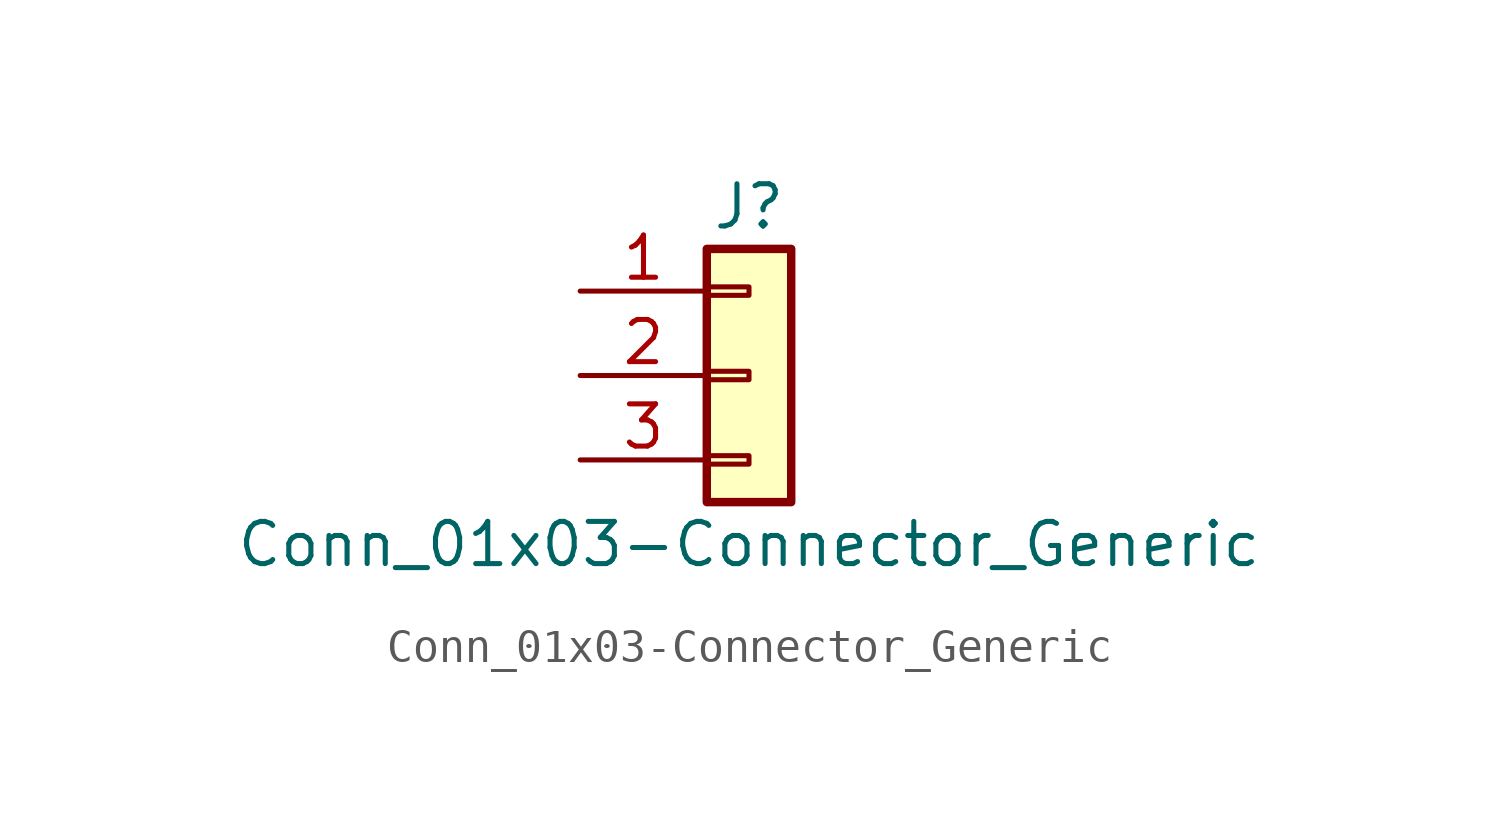
<source format=kicad_sym>
(kicad_symbol_lib
  (version 20220914)
  (generator kicad_symbol_editor)
  (symbol "Conn_01x03-Connector_Generic"
    (pin_names
      (offset 1.016) hide)
    (property "Reference" "J"
      (at 0 5.08 0)
      (effects (font (size 1.27 1.27))))
    (property "Value" "Conn_01x03-Connector_Generic"
      (at 0 -5.08 0)
      (effects (font (size 1.27 1.27))))
    (symbol "Conn_01x03-Connector_Generic_1_1"
      (rectangle (start -1.27 -2.413) (end 0 -2.667) (stroke (width 0.152) (type solid)) (fill (type none)))
      (rectangle (start -1.27 0.127) (end 0 -0.127) (stroke (width 0.152) (type solid)) (fill (type none)))
      (rectangle (start -1.27 2.667) (end 0 2.413) (stroke (width 0.152) (type solid)) (fill (type none)))
      (rectangle (start -1.27 3.81) (end 1.27 -3.81) (stroke (width 0.254) (type solid)) (fill (type background)))
      (pin passive line (at -5.08 2.54 0) (length 3.81) (name "Pin_1" (effects (font (size 1.27 1.27)))) (number "1" (effects (font (size 1.27 1.27)))))
      (pin passive line (at -5.08 0 0) (length 3.81) (name "Pin_2" (effects (font (size 1.27 1.27)))) (number "2" (effects (font (size 1.27 1.27)))))
      (pin passive line (at -5.08 -2.54 0) (length 3.81) (name "Pin_3" (effects (font (size 1.27 1.27)))) (number "3" (effects (font (size 1.27 1.27))))))))
</source>
